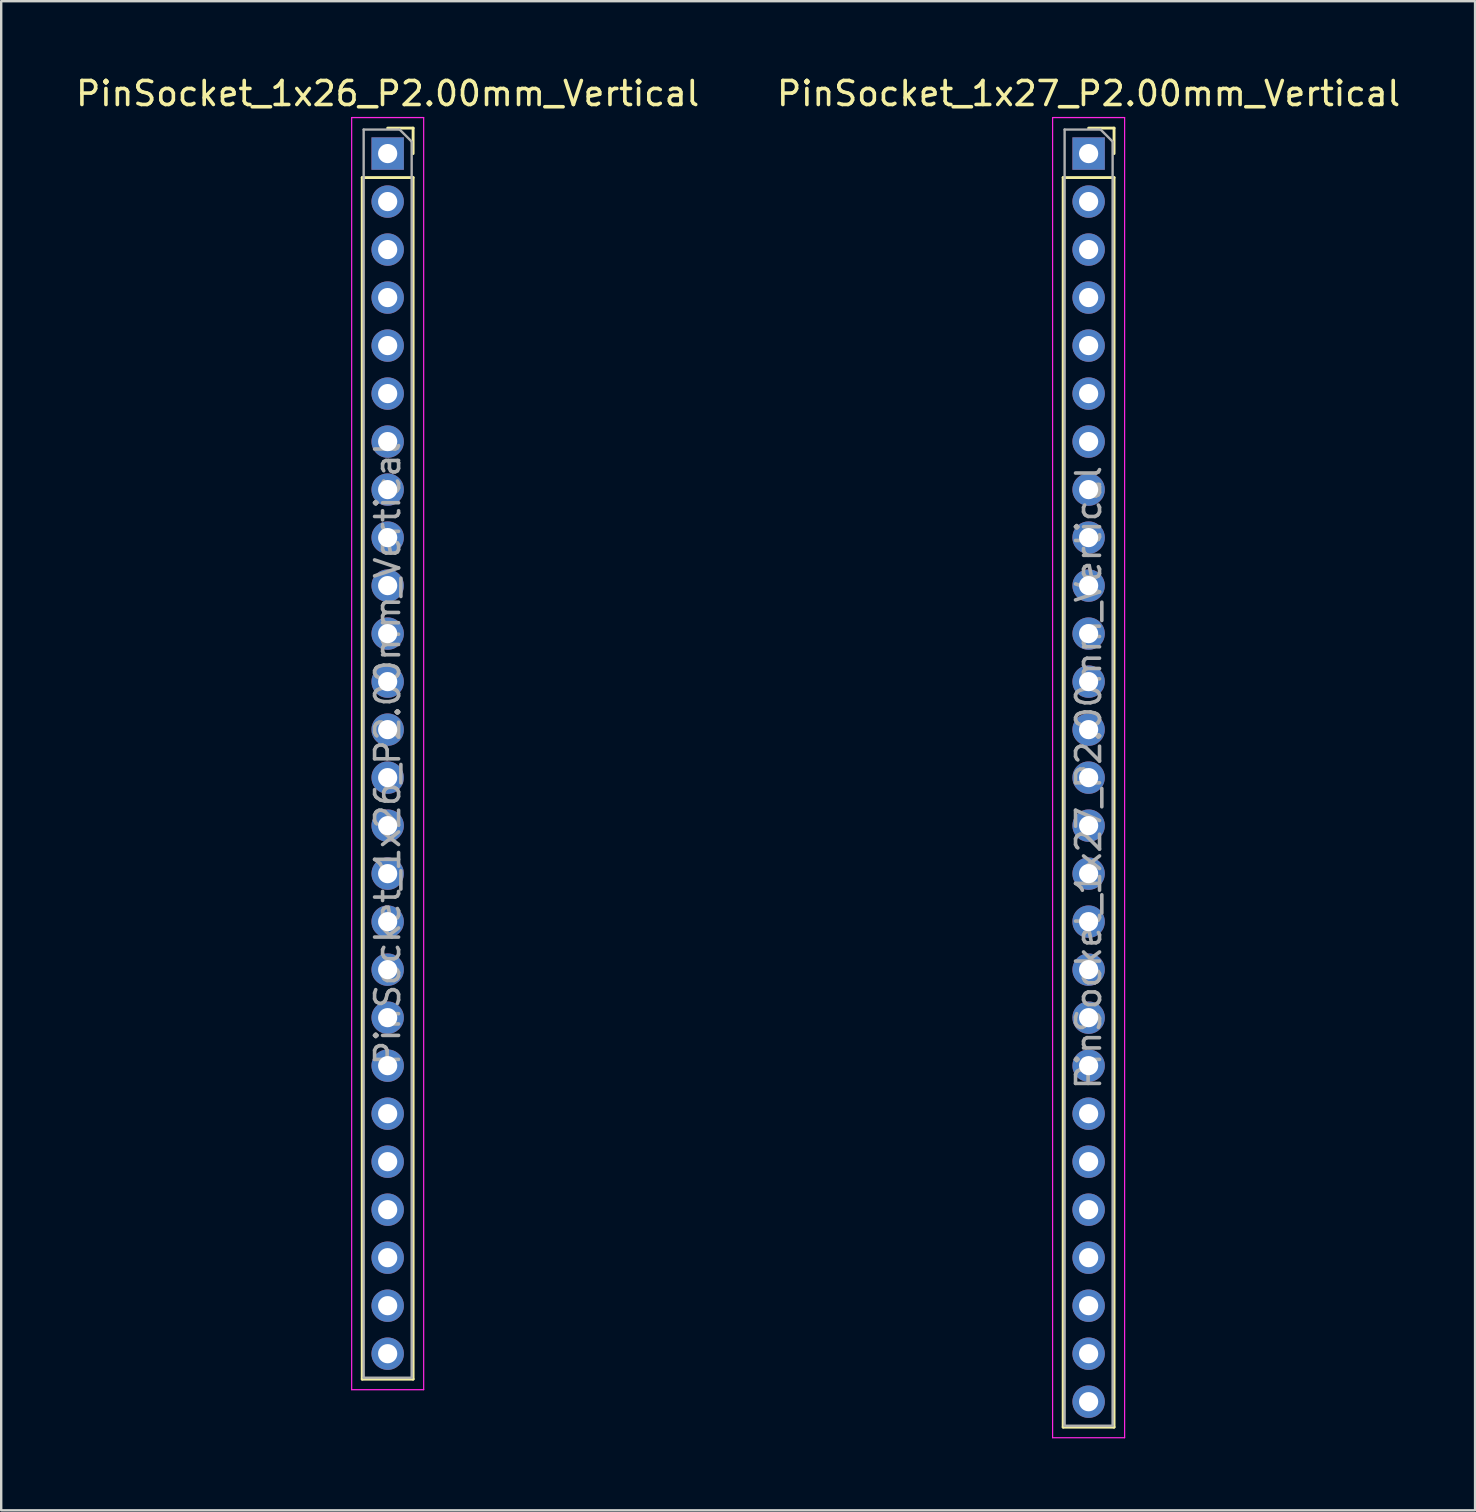
<source format=kicad_pcb>
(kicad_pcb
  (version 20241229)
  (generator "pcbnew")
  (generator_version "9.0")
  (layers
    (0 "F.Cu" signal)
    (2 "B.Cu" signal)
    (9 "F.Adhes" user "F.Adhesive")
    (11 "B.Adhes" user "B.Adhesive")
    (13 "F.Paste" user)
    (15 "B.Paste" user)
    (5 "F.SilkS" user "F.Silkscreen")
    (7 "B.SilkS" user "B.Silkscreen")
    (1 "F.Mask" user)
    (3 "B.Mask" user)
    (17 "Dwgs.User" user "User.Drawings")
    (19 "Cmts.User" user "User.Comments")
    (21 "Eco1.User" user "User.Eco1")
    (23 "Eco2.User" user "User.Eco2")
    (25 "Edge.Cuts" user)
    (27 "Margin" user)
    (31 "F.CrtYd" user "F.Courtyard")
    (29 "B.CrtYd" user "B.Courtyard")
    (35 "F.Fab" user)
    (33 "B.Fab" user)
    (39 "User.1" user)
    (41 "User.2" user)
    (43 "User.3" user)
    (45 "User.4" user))
  (footprint "PinSocket_1x26_P2.00mm_Vertical"
    (layer "F.Cu")
    (at 13.101 3.348)
    (property "Reference" "PinSocket_1x26_P2.00mm_Vertical" (at 0 -2.5 0) (layer "F.SilkS") (effects (font (size 1 1) (thickness 0.15))))
    (attr through_hole)
    (fp_line (start -1.06 1) (end -1.06 51.06) (stroke (width 0.12) (type solid)) (layer "F.SilkS"))
    (fp_line (start -1.06 1) (end 1.06 1) (stroke (width 0.12) (type solid)) (layer "F.SilkS"))
    (fp_line (start -1.06 51.06) (end 1.06 51.06) (stroke (width 0.12) (type solid)) (layer "F.SilkS"))
    (fp_line (start 0 -1.06) (end 1.06 -1.06) (stroke (width 0.12) (type solid)) (layer "F.SilkS"))
    (fp_line (start 1.06 -1.06) (end 1.06 0) (stroke (width 0.12) (type solid)) (layer "F.SilkS"))
    (fp_line (start 1.06 1) (end 1.06 51.06) (stroke (width 0.12) (type solid)) (layer "F.SilkS"))
    (fp_line (start -1.5 -1.5) (end 1.5 -1.5) (stroke (width 0.05) (type solid)) (layer "F.CrtYd"))
    (fp_line (start -1.5 51.5) (end -1.5 -1.5) (stroke (width 0.05) (type solid)) (layer "F.CrtYd"))
    (fp_line (start 1.5 -1.5) (end 1.5 51.5) (stroke (width 0.05) (type solid)) (layer "F.CrtYd"))
    (fp_line (start 1.5 51.5) (end -1.5 51.5) (stroke (width 0.05) (type solid)) (layer "F.CrtYd"))
    (fp_line (start -1 -1) (end 0.5 -1) (stroke (width 0.1) (type solid)) (layer "F.Fab"))
    (fp_line (start -1 51) (end -1 -1) (stroke (width 0.1) (type solid)) (layer "F.Fab"))
    (fp_line (start 0.5 -1) (end 1 -0.5) (stroke (width 0.1) (type solid)) (layer "F.Fab"))
    (fp_line (start 1 -0.5) (end 1 51) (stroke (width 0.1) (type solid)) (layer "F.Fab"))
    (fp_line (start 1 51) (end -1 51) (stroke (width 0.1) (type solid)) (layer "F.Fab"))
    (fp_text user "${REFERENCE}" (at 0 25 90) (layer "F.Fab") (effects (font (size 1 1) (thickness 0.15))))
    (pad "1" thru_hole rect (at 0 0) (size 1.35 1.35) (drill 0.8) (layers "*.Cu" "*.Mask"))
    (pad "2" thru_hole oval (at 0 2) (size 1.35 1.35) (drill 0.8) (layers "*.Cu" "*.Mask"))
    (pad "3" thru_hole oval (at 0 4) (size 1.35 1.35) (drill 0.8) (layers "*.Cu" "*.Mask"))
    (pad "4" thru_hole oval (at 0 6) (size 1.35 1.35) (drill 0.8) (layers "*.Cu" "*.Mask"))
    (pad "5" thru_hole oval (at 0 8) (size 1.35 1.35) (drill 0.8) (layers "*.Cu" "*.Mask"))
    (pad "6" thru_hole oval (at 0 10) (size 1.35 1.35) (drill 0.8) (layers "*.Cu" "*.Mask"))
    (pad "7" thru_hole oval (at 0 12) (size 1.35 1.35) (drill 0.8) (layers "*.Cu" "*.Mask"))
    (pad "8" thru_hole oval (at 0 14) (size 1.35 1.35) (drill 0.8) (layers "*.Cu" "*.Mask"))
    (pad "9" thru_hole oval (at 0 16) (size 1.35 1.35) (drill 0.8) (layers "*.Cu" "*.Mask"))
    (pad "10" thru_hole oval (at 0 18) (size 1.35 1.35) (drill 0.8) (layers "*.Cu" "*.Mask"))
    (pad "11" thru_hole oval (at 0 20) (size 1.35 1.35) (drill 0.8) (layers "*.Cu" "*.Mask"))
    (pad "12" thru_hole oval (at 0 22) (size 1.35 1.35) (drill 0.8) (layers "*.Cu" "*.Mask"))
    (pad "13" thru_hole oval (at 0 24) (size 1.35 1.35) (drill 0.8) (layers "*.Cu" "*.Mask"))
    (pad "14" thru_hole oval (at 0 26) (size 1.35 1.35) (drill 0.8) (layers "*.Cu" "*.Mask"))
    (pad "15" thru_hole oval (at 0 28) (size 1.35 1.35) (drill 0.8) (layers "*.Cu" "*.Mask"))
    (pad "16" thru_hole oval (at 0 30) (size 1.35 1.35) (drill 0.8) (layers "*.Cu" "*.Mask"))
    (pad "17" thru_hole oval (at 0 32) (size 1.35 1.35) (drill 0.8) (layers "*.Cu" "*.Mask"))
    (pad "18" thru_hole oval (at 0 34) (size 1.35 1.35) (drill 0.8) (layers "*.Cu" "*.Mask"))
    (pad "19" thru_hole oval (at 0 36) (size 1.35 1.35) (drill 0.8) (layers "*.Cu" "*.Mask"))
    (pad "20" thru_hole oval (at 0 38) (size 1.35 1.35) (drill 0.8) (layers "*.Cu" "*.Mask"))
    (pad "21" thru_hole oval (at 0 40) (size 1.35 1.35) (drill 0.8) (layers "*.Cu" "*.Mask"))
    (pad "22" thru_hole oval (at 0 42) (size 1.35 1.35) (drill 0.8) (layers "*.Cu" "*.Mask"))
    (pad "23" thru_hole oval (at 0 44) (size 1.35 1.35) (drill 0.8) (layers "*.Cu" "*.Mask"))
    (pad "24" thru_hole oval (at 0 46) (size 1.35 1.35) (drill 0.8) (layers "*.Cu" "*.Mask"))
    (pad "25" thru_hole oval (at 0 48) (size 1.35 1.35) (drill 0.8) (layers "*.Cu" "*.Mask"))
    (pad "26" thru_hole oval (at 0 50) (size 1.35 1.35) (drill 0.8) (layers "*.Cu" "*.Mask")))
  (footprint "PinSocket_1x27_P2.00mm_Vertical"
    (layer "F.Cu")
    (at 42.304 3.348)
    (property "Reference" "PinSocket_1x27_P2.00mm_Vertical" (at 0 -2.5 0) (layer "F.SilkS") (effects (font (size 1 1) (thickness 0.15))))
    (attr through_hole)
    (fp_line (start -1.06 1) (end -1.06 53.06) (stroke (width 0.12) (type solid)) (layer "F.SilkS"))
    (fp_line (start -1.06 1) (end 1.06 1) (stroke (width 0.12) (type solid)) (layer "F.SilkS"))
    (fp_line (start -1.06 53.06) (end 1.06 53.06) (stroke (width 0.12) (type solid)) (layer "F.SilkS"))
    (fp_line (start 0 -1.06) (end 1.06 -1.06) (stroke (width 0.12) (type solid)) (layer "F.SilkS"))
    (fp_line (start 1.06 -1.06) (end 1.06 0) (stroke (width 0.12) (type solid)) (layer "F.SilkS"))
    (fp_line (start 1.06 1) (end 1.06 53.06) (stroke (width 0.12) (type solid)) (layer "F.SilkS"))
    (fp_line (start -1.5 -1.5) (end 1.5 -1.5) (stroke (width 0.05) (type solid)) (layer "F.CrtYd"))
    (fp_line (start -1.5 53.5) (end -1.5 -1.5) (stroke (width 0.05) (type solid)) (layer "F.CrtYd"))
    (fp_line (start 1.5 -1.5) (end 1.5 53.5) (stroke (width 0.05) (type solid)) (layer "F.CrtYd"))
    (fp_line (start 1.5 53.5) (end -1.5 53.5) (stroke (width 0.05) (type solid)) (layer "F.CrtYd"))
    (fp_line (start -1 -1) (end 0.5 -1) (stroke (width 0.1) (type solid)) (layer "F.Fab"))
    (fp_line (start -1 53) (end -1 -1) (stroke (width 0.1) (type solid)) (layer "F.Fab"))
    (fp_line (start 0.5 -1) (end 1 -0.5) (stroke (width 0.1) (type solid)) (layer "F.Fab"))
    (fp_line (start 1 -0.5) (end 1 53) (stroke (width 0.1) (type solid)) (layer "F.Fab"))
    (fp_line (start 1 53) (end -1 53) (stroke (width 0.1) (type solid)) (layer "F.Fab"))
    (fp_text user "${REFERENCE}" (at 0 26 90) (layer "F.Fab") (effects (font (size 1 1) (thickness 0.15))))
    (pad "1" thru_hole rect (at 0 0) (size 1.35 1.35) (drill 0.8) (layers "*.Cu" "*.Mask"))
    (pad "2" thru_hole oval (at 0 2) (size 1.35 1.35) (drill 0.8) (layers "*.Cu" "*.Mask"))
    (pad "3" thru_hole oval (at 0 4) (size 1.35 1.35) (drill 0.8) (layers "*.Cu" "*.Mask"))
    (pad "4" thru_hole oval (at 0 6) (size 1.35 1.35) (drill 0.8) (layers "*.Cu" "*.Mask"))
    (pad "5" thru_hole oval (at 0 8) (size 1.35 1.35) (drill 0.8) (layers "*.Cu" "*.Mask"))
    (pad "6" thru_hole oval (at 0 10) (size 1.35 1.35) (drill 0.8) (layers "*.Cu" "*.Mask"))
    (pad "7" thru_hole oval (at 0 12) (size 1.35 1.35) (drill 0.8) (layers "*.Cu" "*.Mask"))
    (pad "8" thru_hole oval (at 0 14) (size 1.35 1.35) (drill 0.8) (layers "*.Cu" "*.Mask"))
    (pad "9" thru_hole oval (at 0 16) (size 1.35 1.35) (drill 0.8) (layers "*.Cu" "*.Mask"))
    (pad "10" thru_hole oval (at 0 18) (size 1.35 1.35) (drill 0.8) (layers "*.Cu" "*.Mask"))
    (pad "11" thru_hole oval (at 0 20) (size 1.35 1.35) (drill 0.8) (layers "*.Cu" "*.Mask"))
    (pad "12" thru_hole oval (at 0 22) (size 1.35 1.35) (drill 0.8) (layers "*.Cu" "*.Mask"))
    (pad "13" thru_hole oval (at 0 24) (size 1.35 1.35) (drill 0.8) (layers "*.Cu" "*.Mask"))
    (pad "14" thru_hole oval (at 0 26) (size 1.35 1.35) (drill 0.8) (layers "*.Cu" "*.Mask"))
    (pad "15" thru_hole oval (at 0 28) (size 1.35 1.35) (drill 0.8) (layers "*.Cu" "*.Mask"))
    (pad "16" thru_hole oval (at 0 30) (size 1.35 1.35) (drill 0.8) (layers "*.Cu" "*.Mask"))
    (pad "17" thru_hole oval (at 0 32) (size 1.35 1.35) (drill 0.8) (layers "*.Cu" "*.Mask"))
    (pad "18" thru_hole oval (at 0 34) (size 1.35 1.35) (drill 0.8) (layers "*.Cu" "*.Mask"))
    (pad "19" thru_hole oval (at 0 36) (size 1.35 1.35) (drill 0.8) (layers "*.Cu" "*.Mask"))
    (pad "20" thru_hole oval (at 0 38) (size 1.35 1.35) (drill 0.8) (layers "*.Cu" "*.Mask"))
    (pad "21" thru_hole oval (at 0 40) (size 1.35 1.35) (drill 0.8) (layers "*.Cu" "*.Mask"))
    (pad "22" thru_hole oval (at 0 42) (size 1.35 1.35) (drill 0.8) (layers "*.Cu" "*.Mask"))
    (pad "23" thru_hole oval (at 0 44) (size 1.35 1.35) (drill 0.8) (layers "*.Cu" "*.Mask"))
    (pad "24" thru_hole oval (at 0 46) (size 1.35 1.35) (drill 0.8) (layers "*.Cu" "*.Mask"))
    (pad "25" thru_hole oval (at 0 48) (size 1.35 1.35) (drill 0.8) (layers "*.Cu" "*.Mask"))
    (pad "26" thru_hole oval (at 0 50) (size 1.35 1.35) (drill 0.8) (layers "*.Cu" "*.Mask"))
    (pad "27" thru_hole oval (at 0 52) (size 1.35 1.35) (drill 0.8) (layers "*.Cu" "*.Mask")))
  (gr_rect
    (start -3 -3)
    (end 58.405 59.873)
    (stroke (width 0.1) (type default))
    (fill no)
    (layer "Edge.Cuts")))
</source>
